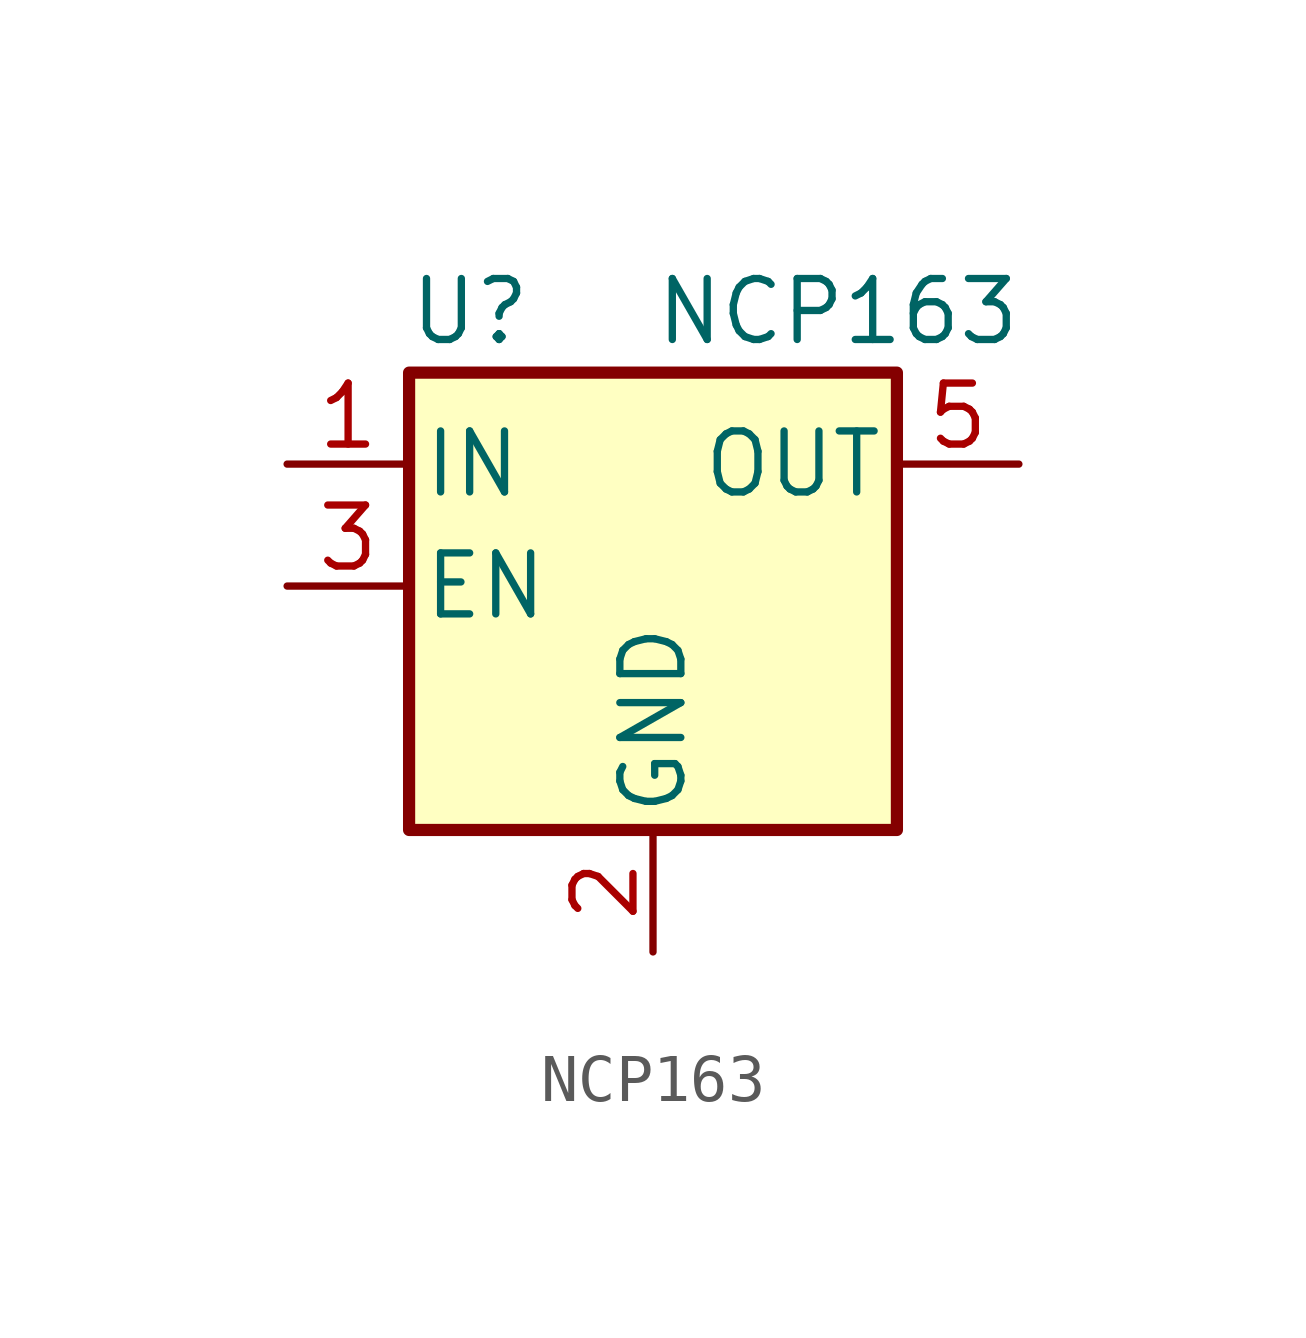
<source format=kicad_sym>
(kicad_symbol_lib
  (version 20211014)
  (generator kicad_symbol_editor)
  (symbol "NCP163"
    (pin_names
      (offset 0.254))
    (property "Reference" "U"
      (at -3.81 5.715 0)
      (effects (font (size 1.27 1.27))))
    (property "Value" "NCP163"
      (at 0 5.715 0)
      (effects (font (size 1.27 1.27)) (justify left)))
    (symbol "NCP163_0_1"
      (rectangle (start -5.08 4.445) (end 5.08 -5.08) (stroke (width 0.254) (type default) (color 0 0 0 0)) (fill (type background))))
    (symbol "NCP163_1_1"
      (pin power_in line (at -7.62 2.54 0) (length 2.54) (name "IN" (effects (font (size 1.27 1.27)))) (number "1" (effects (font (size 1.27 1.27)))))
      (pin power_in line (at 0 -7.62 90) (length 2.54) (name "GND" (effects (font (size 1.27 1.27)))) (number "2" (effects (font (size 1.27 1.27)))))
      (pin input line (at -7.62 0 0) (length 2.54) (name "EN" (effects (font (size 1.27 1.27)))) (number "3" (effects (font (size 1.27 1.27)))))
      (pin no_connect line (at 5.08 0 180) (length 2.54) hide (name "NC" (effects (font (size 1.27 1.27)))) (number "4" (effects (font (size 1.27 1.27)))))
      (pin power_out line (at 7.62 2.54 180) (length 2.54) (name "OUT" (effects (font (size 1.27 1.27)))) (number "5" (effects (font (size 1.27 1.27))))))))
</source>
